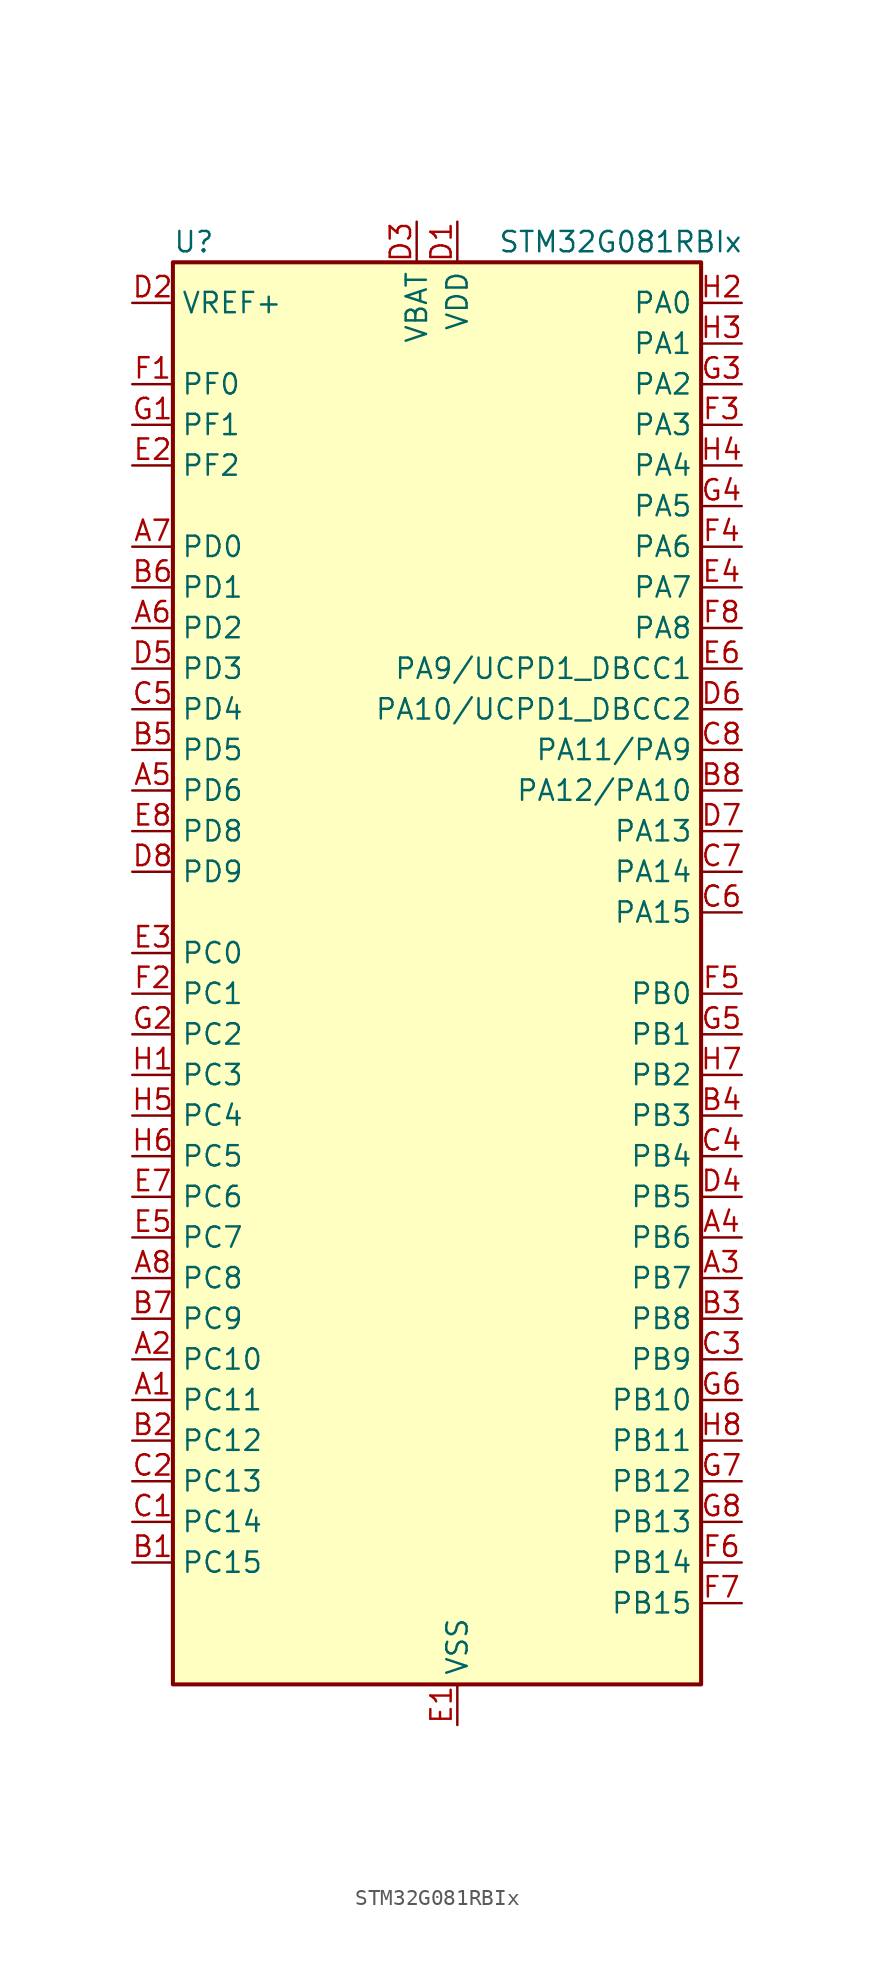
<source format=kicad_sym>
(kicad_symbol_lib
  (version 20211014)
  (generator kicad-library-utils)
  (symbol "STM32G081RBIx"
    (property "Reference" "U"
      (at -15.24 46.99 0)
      (effects (font (size 1.27 1.27)) (justify left)))
    (property "Value" "STM32G081RBIx"
      (at 5.08 46.99 0)
      (effects (font (size 1.27 1.27)) (justify left)))
    (property "ki_fp_filters" "*UFBGA*5x5mm*Layout8x8*P0.5mm*"
      (at 0.0 0.0 0.0)
      (effects (font (size 1.27 1.27))))
    (symbol "STM32G081RBIx_0_1"
      (rectangle (start -15.24 -43.18) (end 17.78 45.72) (stroke (width 0.254)) (fill (type background))))
    (symbol "STM32G081RBIx_1_1"
      (pin input line (at -17.78 43.18 0) (length 2.54) (name "VREF+" (effects (font (size 1.27 1.27)))) (number "D2" (effects (font (size 1.27 1.27)))) (alternate "VREFBUF_OUT" bidirectional line))
      (pin bidirectional line (at -17.78 38.1 0) (length 2.54) (name "PF0" (effects (font (size 1.27 1.27)))) (number "F1" (effects (font (size 1.27 1.27)))) (alternate "RCC_OSC_IN" bidirectional line) (alternate "TIM14_CH1" bidirectional line))
      (pin bidirectional line (at -17.78 35.56 0) (length 2.54) (name "PF1" (effects (font (size 1.27 1.27)))) (number "G1" (effects (font (size 1.27 1.27)))) (alternate "RCC_OSC_EN" bidirectional line) (alternate "RCC_OSC_OUT" bidirectional line) (alternate "TIM15_CH1N" bidirectional line))
      (pin bidirectional line (at -17.78 33.02 0) (length 2.54) (name "PF2" (effects (font (size 1.27 1.27)))) (number "E2" (effects (font (size 1.27 1.27)))) (alternate "RCC_MCO" bidirectional line))
      (pin bidirectional line (at -17.78 27.94 0) (length 2.54) (name "PD0" (effects (font (size 1.27 1.27)))) (number "A7" (effects (font (size 1.27 1.27)))) (alternate "SPI2_NSS" bidirectional line) (alternate "TIM16_CH1" bidirectional line) (alternate "UCPD2_CC1" bidirectional line))
      (pin bidirectional line (at -17.78 25.4 0) (length 2.54) (name "PD1" (effects (font (size 1.27 1.27)))) (number "B6" (effects (font (size 1.27 1.27)))) (alternate "SPI2_SCK" bidirectional line) (alternate "TIM17_CH1" bidirectional line) (alternate "UCPD2_DBCC1" bidirectional line))
      (pin bidirectional line (at -17.78 22.86 0) (length 2.54) (name "PD2" (effects (font (size 1.27 1.27)))) (number "A6" (effects (font (size 1.27 1.27)))) (alternate "TIM1_CH1N" bidirectional line) (alternate "TIM3_ETR" bidirectional line) (alternate "UCPD2_CC2" bidirectional line) (alternate "USART3_CK" bidirectional line) (alternate "USART3_DE" bidirectional line) (alternate "USART3_RTS" bidirectional line))
      (pin bidirectional line (at -17.78 20.32 0) (length 2.54) (name "PD3" (effects (font (size 1.27 1.27)))) (number "D5" (effects (font (size 1.27 1.27)))) (alternate "SPI2_MISO" bidirectional line) (alternate "TIM1_CH2N" bidirectional line) (alternate "UCPD2_DBCC2" bidirectional line) (alternate "USART2_CTS" bidirectional line) (alternate "USART2_NSS" bidirectional line))
      (pin bidirectional line (at -17.78 17.78 0) (length 2.54) (name "PD4" (effects (font (size 1.27 1.27)))) (number "C5" (effects (font (size 1.27 1.27)))) (alternate "SPI2_MOSI" bidirectional line) (alternate "TIM1_CH3N" bidirectional line) (alternate "USART2_CK" bidirectional line) (alternate "USART2_DE" bidirectional line) (alternate "USART2_RTS" bidirectional line))
      (pin bidirectional line (at -17.78 15.24 0) (length 2.54) (name "PD5" (effects (font (size 1.27 1.27)))) (number "B5" (effects (font (size 1.27 1.27)))) (alternate "I2S1_MCK" bidirectional line) (alternate "SPI1_MISO" bidirectional line) (alternate "TIM1_BK" bidirectional line) (alternate "USART2_TX" bidirectional line))
      (pin bidirectional line (at -17.78 12.7 0) (length 2.54) (name "PD6" (effects (font (size 1.27 1.27)))) (number "A5" (effects (font (size 1.27 1.27)))) (alternate "I2S1_SD" bidirectional line) (alternate "LPTIM2_OUT" bidirectional line) (alternate "SPI1_MOSI" bidirectional line) (alternate "USART2_RX" bidirectional line))
      (pin bidirectional line (at -17.78 10.16 0) (length 2.54) (name "PD8" (effects (font (size 1.27 1.27)))) (number "E8" (effects (font (size 1.27 1.27)))) (alternate "I2S1_CK" bidirectional line) (alternate "LPTIM1_OUT" bidirectional line) (alternate "SPI1_SCK" bidirectional line) (alternate "USART3_TX" bidirectional line))
      (pin bidirectional line (at -17.78 7.62 0) (length 2.54) (name "PD9" (effects (font (size 1.27 1.27)))) (number "D8" (effects (font (size 1.27 1.27)))) (alternate "DAC1_EXTI9" bidirectional line) (alternate "I2S1_WS" bidirectional line) (alternate "SPI1_NSS" bidirectional line) (alternate "TIM1_BK2" bidirectional line) (alternate "USART3_RX" bidirectional line))
      (pin bidirectional line (at -17.78 2.54 0) (length 2.54) (name "PC0" (effects (font (size 1.27 1.27)))) (number "E3" (effects (font (size 1.27 1.27)))) (alternate "LPTIM1_IN1" bidirectional line) (alternate "LPTIM2_IN1" bidirectional line) (alternate "LPUART1_RX" bidirectional line))
      (pin bidirectional line (at -17.78 0.0 0) (length 2.54) (name "PC1" (effects (font (size 1.27 1.27)))) (number "F2" (effects (font (size 1.27 1.27)))) (alternate "LPTIM1_OUT" bidirectional line) (alternate "LPUART1_TX" bidirectional line) (alternate "TIM15_CH1" bidirectional line))
      (pin bidirectional line (at -17.78 -2.54 0) (length 2.54) (name "PC2" (effects (font (size 1.27 1.27)))) (number "G2" (effects (font (size 1.27 1.27)))) (alternate "LPTIM1_IN2" bidirectional line) (alternate "SPI2_MISO" bidirectional line) (alternate "TIM15_CH2" bidirectional line))
      (pin bidirectional line (at -17.78 -5.08 0) (length 2.54) (name "PC3" (effects (font (size 1.27 1.27)))) (number "H1" (effects (font (size 1.27 1.27)))) (alternate "LPTIM1_ETR" bidirectional line) (alternate "LPTIM2_ETR" bidirectional line) (alternate "SPI2_MOSI" bidirectional line))
      (pin bidirectional line (at -17.78 -7.62 0) (length 2.54) (name "PC4" (effects (font (size 1.27 1.27)))) (number "H5" (effects (font (size 1.27 1.27)))) (alternate "ADC1_IN17" bidirectional line) (alternate "COMP1_INM" bidirectional line) (alternate "TIM2_CH1" bidirectional line) (alternate "TIM2_ETR" bidirectional line) (alternate "USART1_TX" bidirectional line) (alternate "USART3_TX" bidirectional line))
      (pin bidirectional line (at -17.78 -10.16 0) (length 2.54) (name "PC5" (effects (font (size 1.27 1.27)))) (number "H6" (effects (font (size 1.27 1.27)))) (alternate "ADC1_IN18" bidirectional line) (alternate "COMP1_INP" bidirectional line) (alternate "SYS_WKUP5" bidirectional line) (alternate "TIM2_CH2" bidirectional line) (alternate "USART1_RX" bidirectional line) (alternate "USART3_RX" bidirectional line))
      (pin bidirectional line (at -17.78 -12.7 0) (length 2.54) (name "PC6" (effects (font (size 1.27 1.27)))) (number "E7" (effects (font (size 1.27 1.27)))) (alternate "TIM2_CH3" bidirectional line) (alternate "TIM3_CH1" bidirectional line) (alternate "UCPD1_FRSTX1" bidirectional line) (alternate "UCPD1_FRSTX2" bidirectional line))
      (pin bidirectional line (at -17.78 -15.24 0) (length 2.54) (name "PC7" (effects (font (size 1.27 1.27)))) (number "E5" (effects (font (size 1.27 1.27)))) (alternate "TIM2_CH4" bidirectional line) (alternate "TIM3_CH2" bidirectional line) (alternate "UCPD2_FRSTX1" bidirectional line) (alternate "UCPD2_FRSTX2" bidirectional line))
      (pin bidirectional line (at -17.78 -17.78 0) (length 2.54) (name "PC8" (effects (font (size 1.27 1.27)))) (number "A8" (effects (font (size 1.27 1.27)))) (alternate "TIM1_CH1" bidirectional line) (alternate "TIM3_CH3" bidirectional line) (alternate "UCPD2_FRSTX1" bidirectional line) (alternate "UCPD2_FRSTX2" bidirectional line))
      (pin bidirectional line (at -17.78 -20.32 0) (length 2.54) (name "PC9" (effects (font (size 1.27 1.27)))) (number "B7" (effects (font (size 1.27 1.27)))) (alternate "DAC1_EXTI9" bidirectional line) (alternate "I2S_CKIN" bidirectional line) (alternate "TIM1_CH2" bidirectional line) (alternate "TIM3_CH4" bidirectional line))
      (pin bidirectional line (at -17.78 -22.86 0) (length 2.54) (name "PC10" (effects (font (size 1.27 1.27)))) (number "A2" (effects (font (size 1.27 1.27)))) (alternate "TIM1_CH3" bidirectional line) (alternate "USART3_TX" bidirectional line) (alternate "USART4_TX" bidirectional line))
      (pin bidirectional line (at -17.78 -25.4 0) (length 2.54) (name "PC11" (effects (font (size 1.27 1.27)))) (number "A1" (effects (font (size 1.27 1.27)))) (alternate "ADC1_EXTI11" bidirectional line) (alternate "TIM1_CH4" bidirectional line) (alternate "USART3_RX" bidirectional line) (alternate "USART4_RX" bidirectional line))
      (pin bidirectional line (at -17.78 -27.94 0) (length 2.54) (name "PC12" (effects (font (size 1.27 1.27)))) (number "B2" (effects (font (size 1.27 1.27)))) (alternate "LPTIM1_IN1" bidirectional line) (alternate "TIM14_CH1" bidirectional line) (alternate "UCPD1_FRSTX1" bidirectional line) (alternate "UCPD1_FRSTX2" bidirectional line))
      (pin bidirectional line (at -17.78 -30.48 0) (length 2.54) (name "PC13" (effects (font (size 1.27 1.27)))) (number "C2" (effects (font (size 1.27 1.27)))) (alternate "RTC_OUT_ALARM" bidirectional line) (alternate "RTC_OUT_CALIB" bidirectional line) (alternate "RTC_TAMP_IN1" bidirectional line) (alternate "RTC_TS" bidirectional line) (alternate "SYS_WKUP2" bidirectional line) (alternate "TIM1_BK" bidirectional line))
      (pin bidirectional line (at -17.78 -33.02 0) (length 2.54) (name "PC14" (effects (font (size 1.27 1.27)))) (number "C1" (effects (font (size 1.27 1.27)))) (alternate "RCC_OSC32_IN" bidirectional line) (alternate "TIM1_BK2" bidirectional line))
      (pin bidirectional line (at -17.78 -35.56 0) (length 2.54) (name "PC15" (effects (font (size 1.27 1.27)))) (number "B1" (effects (font (size 1.27 1.27)))) (alternate "RCC_OSC32_EN" bidirectional line) (alternate "RCC_OSC32_OUT" bidirectional line) (alternate "RCC_OSC_EN" bidirectional line) (alternate "TIM15_BK" bidirectional line))
      (pin bidirectional line (at 20.32 43.18 180) (length 2.54) (name "PA0" (effects (font (size 1.27 1.27)))) (number "H2" (effects (font (size 1.27 1.27)))) (alternate "ADC1_IN0" bidirectional line) (alternate "COMP1_INM" bidirectional line) (alternate "COMP1_OUT" bidirectional line) (alternate "LPTIM1_OUT" bidirectional line) (alternate "RTC_TAMP_IN2" bidirectional line) (alternate "SPI2_SCK" bidirectional line) (alternate "SYS_WKUP1" bidirectional line) (alternate "TIM2_CH1" bidirectional line) (alternate "TIM2_ETR" bidirectional line) (alternate "UCPD2_FRSTX1" bidirectional line) (alternate "UCPD2_FRSTX2" bidirectional line) (alternate "USART2_CTS" bidirectional line) (alternate "USART2_NSS" bidirectional line) (alternate "USART4_TX" bidirectional line))
      (pin bidirectional line (at 20.32 40.64 180) (length 2.54) (name "PA1" (effects (font (size 1.27 1.27)))) (number "H3" (effects (font (size 1.27 1.27)))) (alternate "ADC1_IN1" bidirectional line) (alternate "COMP1_INP" bidirectional line) (alternate "I2C1_SMBA" bidirectional line) (alternate "I2S1_CK" bidirectional line) (alternate "SPI1_SCK" bidirectional line) (alternate "TIM15_CH1N" bidirectional line) (alternate "TIM2_CH2" bidirectional line) (alternate "USART2_CK" bidirectional line) (alternate "USART2_DE" bidirectional line) (alternate "USART2_RTS" bidirectional line) (alternate "USART4_RX" bidirectional line))
      (pin bidirectional line (at 20.32 38.1 180) (length 2.54) (name "PA2" (effects (font (size 1.27 1.27)))) (number "G3" (effects (font (size 1.27 1.27)))) (alternate "ADC1_IN2" bidirectional line) (alternate "COMP2_INM" bidirectional line) (alternate "COMP2_OUT" bidirectional line) (alternate "I2S1_SD" bidirectional line) (alternate "LPUART1_TX" bidirectional line) (alternate "RCC_LSCO" bidirectional line) (alternate "SPI1_MOSI" bidirectional line) (alternate "SYS_WKUP4" bidirectional line) (alternate "TIM15_CH1" bidirectional line) (alternate "TIM2_CH3" bidirectional line) (alternate "UCPD1_FRSTX1" bidirectional line) (alternate "UCPD1_FRSTX2" bidirectional line) (alternate "USART2_TX" bidirectional line))
      (pin bidirectional line (at 20.32 35.56 180) (length 2.54) (name "PA3" (effects (font (size 1.27 1.27)))) (number "F3" (effects (font (size 1.27 1.27)))) (alternate "ADC1_IN3" bidirectional line) (alternate "COMP2_INP" bidirectional line) (alternate "LPUART1_RX" bidirectional line) (alternate "SPI2_MISO" bidirectional line) (alternate "TIM15_CH2" bidirectional line) (alternate "TIM2_CH4" bidirectional line) (alternate "UCPD2_FRSTX1" bidirectional line) (alternate "UCPD2_FRSTX2" bidirectional line) (alternate "USART2_RX" bidirectional line))
      (pin bidirectional line (at 20.32 33.02 180) (length 2.54) (name "PA4" (effects (font (size 1.27 1.27)))) (number "H4" (effects (font (size 1.27 1.27)))) (alternate "ADC1_IN4" bidirectional line) (alternate "DAC1_OUT1" bidirectional line) (alternate "I2S1_WS" bidirectional line) (alternate "LPTIM2_OUT" bidirectional line) (alternate "RTC_OUT_ALARM" bidirectional line) (alternate "RTC_OUT_CALIB" bidirectional line) (alternate "SPI1_NSS" bidirectional line) (alternate "SPI2_MOSI" bidirectional line) (alternate "TIM14_CH1" bidirectional line) (alternate "UCPD2_FRSTX1" bidirectional line) (alternate "UCPD2_FRSTX2" bidirectional line))
      (pin bidirectional line (at 20.32 30.48 180) (length 2.54) (name "PA5" (effects (font (size 1.27 1.27)))) (number "G4" (effects (font (size 1.27 1.27)))) (alternate "ADC1_IN5" bidirectional line) (alternate "CEC" bidirectional line) (alternate "DAC1_OUT2" bidirectional line) (alternate "I2S1_CK" bidirectional line) (alternate "LPTIM2_ETR" bidirectional line) (alternate "SPI1_SCK" bidirectional line) (alternate "TIM2_CH1" bidirectional line) (alternate "TIM2_ETR" bidirectional line) (alternate "UCPD1_FRSTX1" bidirectional line) (alternate "UCPD1_FRSTX2" bidirectional line) (alternate "USART3_TX" bidirectional line))
      (pin bidirectional line (at 20.32 27.94 180) (length 2.54) (name "PA6" (effects (font (size 1.27 1.27)))) (number "F4" (effects (font (size 1.27 1.27)))) (alternate "ADC1_IN6" bidirectional line) (alternate "COMP1_OUT" bidirectional line) (alternate "I2S1_MCK" bidirectional line) (alternate "LPUART1_CTS" bidirectional line) (alternate "SPI1_MISO" bidirectional line) (alternate "TIM16_CH1" bidirectional line) (alternate "TIM1_BK" bidirectional line) (alternate "TIM3_CH1" bidirectional line) (alternate "USART3_CTS" bidirectional line) (alternate "USART3_NSS" bidirectional line))
      (pin bidirectional line (at 20.32 25.4 180) (length 2.54) (name "PA7" (effects (font (size 1.27 1.27)))) (number "E4" (effects (font (size 1.27 1.27)))) (alternate "ADC1_IN7" bidirectional line) (alternate "COMP2_OUT" bidirectional line) (alternate "I2S1_SD" bidirectional line) (alternate "SPI1_MOSI" bidirectional line) (alternate "TIM14_CH1" bidirectional line) (alternate "TIM17_CH1" bidirectional line) (alternate "TIM1_CH1N" bidirectional line) (alternate "TIM3_CH2" bidirectional line) (alternate "UCPD1_FRSTX1" bidirectional line) (alternate "UCPD1_FRSTX2" bidirectional line))
      (pin bidirectional line (at 20.32 22.86 180) (length 2.54) (name "PA8" (effects (font (size 1.27 1.27)))) (number "F8" (effects (font (size 1.27 1.27)))) (alternate "LPTIM2_OUT" bidirectional line) (alternate "RCC_MCO" bidirectional line) (alternate "SPI2_NSS" bidirectional line) (alternate "TIM1_CH1" bidirectional line) (alternate "UCPD1_CC1" bidirectional line))
      (pin bidirectional line (at 20.32 20.32 180) (length 2.54) (name "PA9/UCPD1_DBCC1" (effects (font (size 1.27 1.27)))) (number "E6" (effects (font (size 1.27 1.27)))) (alternate "DAC1_EXTI9" bidirectional line) (alternate "I2C1_SCL" bidirectional line) (alternate "RCC_MCO" bidirectional line) (alternate "SPI2_MISO" bidirectional line) (alternate "TIM15_BK" bidirectional line) (alternate "TIM1_CH2" bidirectional line) (alternate "UCPD1_DBCC1" bidirectional line) (alternate "USART1_TX" bidirectional line))
      (pin bidirectional line (at 20.32 17.78 180) (length 2.54) (name "PA10/UCPD1_DBCC2" (effects (font (size 1.27 1.27)))) (number "D6" (effects (font (size 1.27 1.27)))) (alternate "I2C1_SDA" bidirectional line) (alternate "SPI2_MOSI" bidirectional line) (alternate "TIM17_BK" bidirectional line) (alternate "TIM1_CH3" bidirectional line) (alternate "UCPD1_DBCC2" bidirectional line) (alternate "USART1_RX" bidirectional line))
      (pin bidirectional line (at 20.32 15.24 180) (length 2.54) (name "PA11/PA9" (effects (font (size 1.27 1.27)))) (number "C8" (effects (font (size 1.27 1.27)))) (alternate "ADC1_EXTI11" bidirectional line) (alternate "COMP1_OUT" bidirectional line) (alternate "I2C2_SCL" bidirectional line) (alternate "I2S1_MCK" bidirectional line) (alternate "SPI1_MISO" bidirectional line) (alternate "TIM1_BK2" bidirectional line) (alternate "TIM1_CH4" bidirectional line) (alternate "USART1_CTS" bidirectional line) (alternate "USART1_NSS" bidirectional line))
      (pin bidirectional line (at 20.32 12.7 180) (length 2.54) (name "PA12/PA10" (effects (font (size 1.27 1.27)))) (number "B8" (effects (font (size 1.27 1.27)))) (alternate "COMP2_OUT" bidirectional line) (alternate "I2C2_SDA" bidirectional line) (alternate "I2S1_SD" bidirectional line) (alternate "I2S_CKIN" bidirectional line) (alternate "SPI1_MOSI" bidirectional line) (alternate "TIM1_ETR" bidirectional line) (alternate "USART1_CK" bidirectional line) (alternate "USART1_DE" bidirectional line) (alternate "USART1_RTS" bidirectional line))
      (pin bidirectional line (at 20.32 10.16 180) (length 2.54) (name "PA13" (effects (font (size 1.27 1.27)))) (number "D7" (effects (font (size 1.27 1.27)))) (alternate "IR_OUT" bidirectional line) (alternate "SYS_SWDIO" bidirectional line))
      (pin bidirectional line (at 20.32 7.62 180) (length 2.54) (name "PA14" (effects (font (size 1.27 1.27)))) (number "C7" (effects (font (size 1.27 1.27)))) (alternate "SYS_SWCLK" bidirectional line) (alternate "USART2_TX" bidirectional line))
      (pin bidirectional line (at 20.32 5.08 180) (length 2.54) (name "PA15" (effects (font (size 1.27 1.27)))) (number "C6" (effects (font (size 1.27 1.27)))) (alternate "I2S1_WS" bidirectional line) (alternate "SPI1_NSS" bidirectional line) (alternate "TIM2_CH1" bidirectional line) (alternate "TIM2_ETR" bidirectional line) (alternate "USART2_RX" bidirectional line) (alternate "USART3_CK" bidirectional line) (alternate "USART3_DE" bidirectional line) (alternate "USART3_RTS" bidirectional line) (alternate "USART4_CK" bidirectional line) (alternate "USART4_DE" bidirectional line) (alternate "USART4_RTS" bidirectional line))
      (pin bidirectional line (at 20.32 0.0 180) (length 2.54) (name "PB0" (effects (font (size 1.27 1.27)))) (number "F5" (effects (font (size 1.27 1.27)))) (alternate "ADC1_IN8" bidirectional line) (alternate "COMP1_OUT" bidirectional line) (alternate "I2S1_WS" bidirectional line) (alternate "LPTIM1_OUT" bidirectional line) (alternate "SPI1_NSS" bidirectional line) (alternate "TIM1_CH2N" bidirectional line) (alternate "TIM3_CH3" bidirectional line) (alternate "UCPD1_FRSTX1" bidirectional line) (alternate "UCPD1_FRSTX2" bidirectional line) (alternate "USART3_RX" bidirectional line))
      (pin bidirectional line (at 20.32 -2.54 180) (length 2.54) (name "PB1" (effects (font (size 1.27 1.27)))) (number "G5" (effects (font (size 1.27 1.27)))) (alternate "ADC1_IN9" bidirectional line) (alternate "COMP1_INM" bidirectional line) (alternate "LPTIM2_IN1" bidirectional line) (alternate "LPUART1_DE" bidirectional line) (alternate "LPUART1_RTS" bidirectional line) (alternate "TIM14_CH1" bidirectional line) (alternate "TIM1_CH3N" bidirectional line) (alternate "TIM3_CH4" bidirectional line) (alternate "USART3_CK" bidirectional line) (alternate "USART3_DE" bidirectional line) (alternate "USART3_RTS" bidirectional line))
      (pin bidirectional line (at 20.32 -5.08 180) (length 2.54) (name "PB2" (effects (font (size 1.27 1.27)))) (number "H7" (effects (font (size 1.27 1.27)))) (alternate "ADC1_IN10" bidirectional line) (alternate "COMP1_INP" bidirectional line) (alternate "LPTIM1_OUT" bidirectional line) (alternate "SPI2_MISO" bidirectional line) (alternate "USART3_TX" bidirectional line))
      (pin bidirectional line (at 20.32 -7.62 180) (length 2.54) (name "PB3" (effects (font (size 1.27 1.27)))) (number "B4" (effects (font (size 1.27 1.27)))) (alternate "COMP2_INM" bidirectional line) (alternate "I2S1_CK" bidirectional line) (alternate "SPI1_SCK" bidirectional line) (alternate "TIM1_CH2" bidirectional line) (alternate "TIM2_CH2" bidirectional line) (alternate "USART1_CK" bidirectional line) (alternate "USART1_DE" bidirectional line) (alternate "USART1_RTS" bidirectional line))
      (pin bidirectional line (at 20.32 -10.16 180) (length 2.54) (name "PB4" (effects (font (size 1.27 1.27)))) (number "C4" (effects (font (size 1.27 1.27)))) (alternate "COMP2_INP" bidirectional line) (alternate "I2S1_MCK" bidirectional line) (alternate "SPI1_MISO" bidirectional line) (alternate "TIM17_BK" bidirectional line) (alternate "TIM3_CH1" bidirectional line) (alternate "USART1_CTS" bidirectional line) (alternate "USART1_NSS" bidirectional line))
      (pin bidirectional line (at 20.32 -12.7 180) (length 2.54) (name "PB5" (effects (font (size 1.27 1.27)))) (number "D4" (effects (font (size 1.27 1.27)))) (alternate "COMP2_OUT" bidirectional line) (alternate "I2C1_SMBA" bidirectional line) (alternate "I2S1_SD" bidirectional line) (alternate "LPTIM1_IN1" bidirectional line) (alternate "SPI1_MOSI" bidirectional line) (alternate "SYS_WKUP6" bidirectional line) (alternate "TIM16_BK" bidirectional line) (alternate "TIM3_CH2" bidirectional line))
      (pin bidirectional line (at 20.32 -15.24 180) (length 2.54) (name "PB6" (effects (font (size 1.27 1.27)))) (number "A4" (effects (font (size 1.27 1.27)))) (alternate "COMP2_INP" bidirectional line) (alternate "I2C1_SCL" bidirectional line) (alternate "LPTIM1_ETR" bidirectional line) (alternate "SPI2_MISO" bidirectional line) (alternate "TIM16_CH1N" bidirectional line) (alternate "TIM1_CH3" bidirectional line) (alternate "USART1_TX" bidirectional line))
      (pin bidirectional line (at 20.32 -17.78 180) (length 2.54) (name "PB7" (effects (font (size 1.27 1.27)))) (number "A3" (effects (font (size 1.27 1.27)))) (alternate "COMP2_INM" bidirectional line) (alternate "I2C1_SDA" bidirectional line) (alternate "LPTIM1_IN2" bidirectional line) (alternate "SPI2_MOSI" bidirectional line) (alternate "SYS_PVD_IN" bidirectional line) (alternate "TIM17_CH1N" bidirectional line) (alternate "USART1_RX" bidirectional line) (alternate "USART4_CTS" bidirectional line) (alternate "USART4_NSS" bidirectional line))
      (pin bidirectional line (at 20.32 -20.32 180) (length 2.54) (name "PB8" (effects (font (size 1.27 1.27)))) (number "B3" (effects (font (size 1.27 1.27)))) (alternate "CEC" bidirectional line) (alternate "I2C1_SCL" bidirectional line) (alternate "SPI2_SCK" bidirectional line) (alternate "TIM15_BK" bidirectional line) (alternate "TIM16_CH1" bidirectional line) (alternate "USART3_TX" bidirectional line))
      (pin bidirectional line (at 20.32 -22.86 180) (length 2.54) (name "PB9" (effects (font (size 1.27 1.27)))) (number "C3" (effects (font (size 1.27 1.27)))) (alternate "DAC1_EXTI9" bidirectional line) (alternate "I2C1_SDA" bidirectional line) (alternate "IR_OUT" bidirectional line) (alternate "SPI2_NSS" bidirectional line) (alternate "TIM17_CH1" bidirectional line) (alternate "UCPD2_FRSTX1" bidirectional line) (alternate "UCPD2_FRSTX2" bidirectional line) (alternate "USART3_RX" bidirectional line))
      (pin bidirectional line (at 20.32 -25.4 180) (length 2.54) (name "PB10" (effects (font (size 1.27 1.27)))) (number "G6" (effects (font (size 1.27 1.27)))) (alternate "ADC1_IN11" bidirectional line) (alternate "CEC" bidirectional line) (alternate "COMP1_OUT" bidirectional line) (alternate "I2C2_SCL" bidirectional line) (alternate "LPUART1_RX" bidirectional line) (alternate "SPI2_SCK" bidirectional line) (alternate "TIM2_CH3" bidirectional line) (alternate "USART3_TX" bidirectional line))
      (pin bidirectional line (at 20.32 -27.94 180) (length 2.54) (name "PB11" (effects (font (size 1.27 1.27)))) (number "H8" (effects (font (size 1.27 1.27)))) (alternate "ADC1_EXTI11" bidirectional line) (alternate "ADC1_IN15" bidirectional line) (alternate "COMP2_OUT" bidirectional line) (alternate "I2C2_SDA" bidirectional line) (alternate "LPUART1_TX" bidirectional line) (alternate "SPI2_MOSI" bidirectional line) (alternate "TIM2_CH4" bidirectional line) (alternate "USART3_RX" bidirectional line))
      (pin bidirectional line (at 20.32 -30.48 180) (length 2.54) (name "PB12" (effects (font (size 1.27 1.27)))) (number "G7" (effects (font (size 1.27 1.27)))) (alternate "ADC1_IN16" bidirectional line) (alternate "LPUART1_DE" bidirectional line) (alternate "LPUART1_RTS" bidirectional line) (alternate "SPI2_NSS" bidirectional line) (alternate "TIM15_BK" bidirectional line) (alternate "TIM1_BK" bidirectional line) (alternate "UCPD2_FRSTX1" bidirectional line) (alternate "UCPD2_FRSTX2" bidirectional line))
      (pin bidirectional line (at 20.32 -33.02 180) (length 2.54) (name "PB13" (effects (font (size 1.27 1.27)))) (number "G8" (effects (font (size 1.27 1.27)))) (alternate "I2C2_SCL" bidirectional line) (alternate "LPUART1_CTS" bidirectional line) (alternate "SPI2_SCK" bidirectional line) (alternate "TIM15_CH1N" bidirectional line) (alternate "TIM1_CH1N" bidirectional line) (alternate "USART3_CTS" bidirectional line) (alternate "USART3_NSS" bidirectional line))
      (pin bidirectional line (at 20.32 -35.56 180) (length 2.54) (name "PB14" (effects (font (size 1.27 1.27)))) (number "F6" (effects (font (size 1.27 1.27)))) (alternate "I2C2_SDA" bidirectional line) (alternate "SPI2_MISO" bidirectional line) (alternate "TIM15_CH1" bidirectional line) (alternate "TIM1_CH2N" bidirectional line) (alternate "UCPD1_FRSTX1" bidirectional line) (alternate "UCPD1_FRSTX2" bidirectional line) (alternate "USART3_CK" bidirectional line) (alternate "USART3_DE" bidirectional line) (alternate "USART3_RTS" bidirectional line))
      (pin bidirectional line (at 20.32 -38.1 180) (length 2.54) (name "PB15" (effects (font (size 1.27 1.27)))) (number "F7" (effects (font (size 1.27 1.27)))) (alternate "RTC_REFIN" bidirectional line) (alternate "SPI2_MOSI" bidirectional line) (alternate "TIM15_CH1N" bidirectional line) (alternate "TIM15_CH2" bidirectional line) (alternate "TIM1_CH3N" bidirectional line) (alternate "UCPD1_CC2" bidirectional line))
      (pin power_in line (at 0.0 48.26 270) (length 2.54) (name "VBAT" (effects (font (size 1.27 1.27)))) (number "D3" (effects (font (size 1.27 1.27)))))
      (pin power_in line (at 2.54 48.26 270) (length 2.54) (name "VDD" (effects (font (size 1.27 1.27)))) (number "D1" (effects (font (size 1.27 1.27)))))
      (pin power_in line (at 2.54 -45.72 90) (length 2.54) (name "VSS" (effects (font (size 1.27 1.27)))) (number "E1" (effects (font (size 1.27 1.27))))))))
</source>
